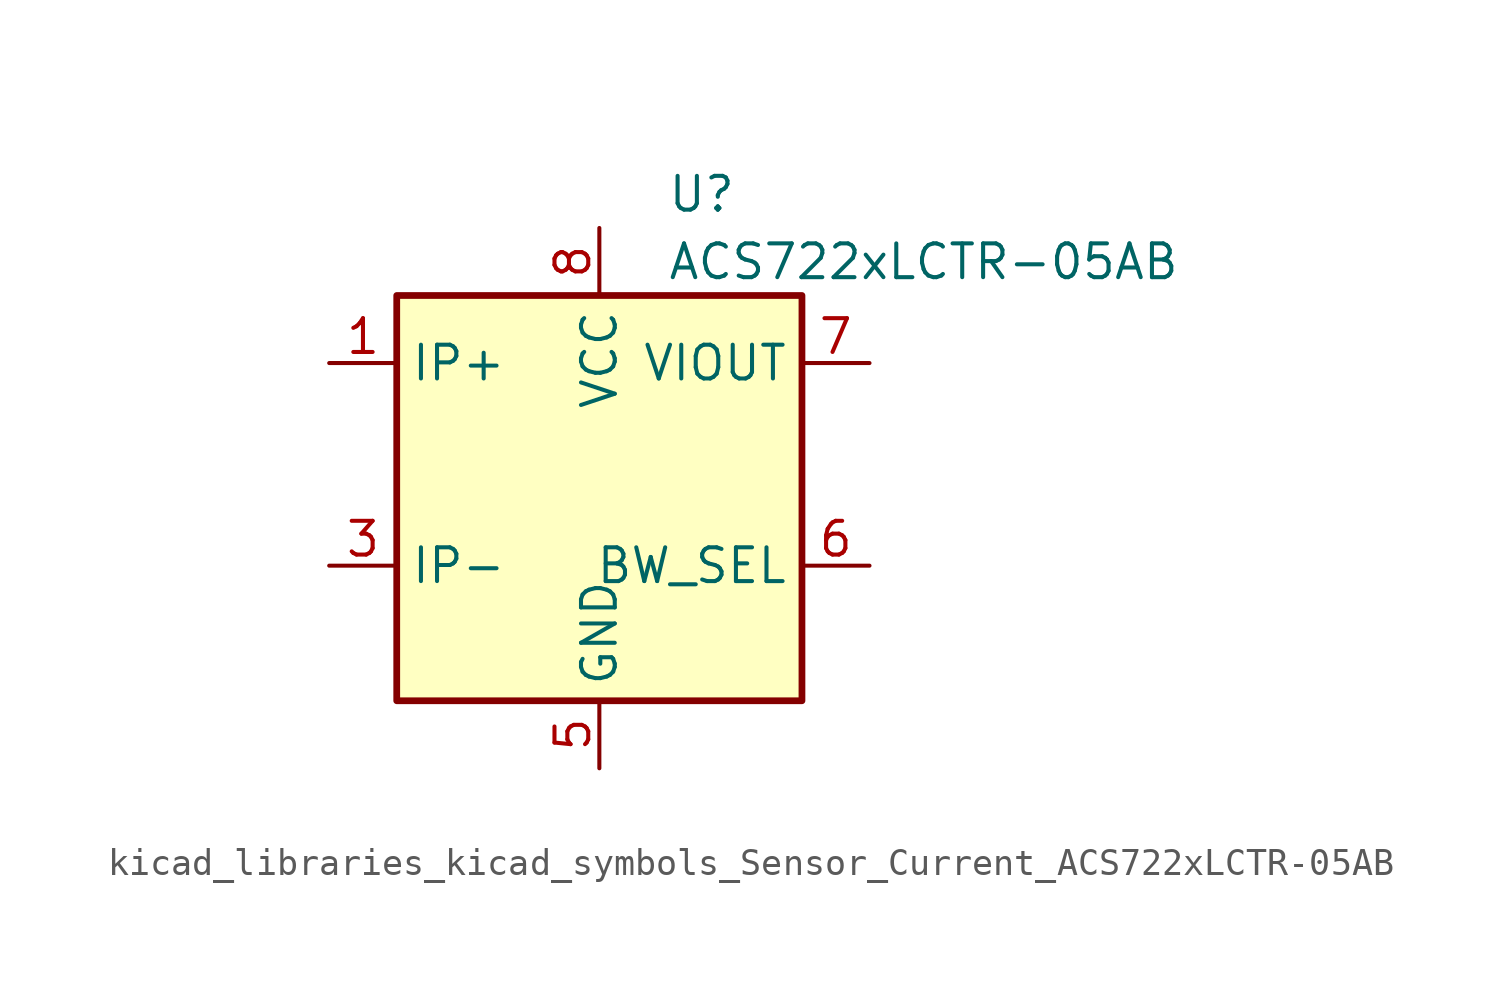
<source format=kicad_sym>
(kicad_symbol_lib
  (version 20220914)
  (generator kicad_symbol_editor)
  (symbol "kicad_libraries_kicad_symbols_Sensor_Current_ACS722xLCTR-05AB"
    (property "Reference" "U"
      (at 2.54 11.43 0)
      (effects (font (size 1.27 1.27)) (justify left)))
    (property "Value" "ACS722xLCTR-05AB"
      (at 2.54 8.89 0)
      (effects (font (size 1.27 1.27)) (justify left)))
    (symbol "kicad_libraries_kicad_symbols_Sensor_Current_ACS722xLCTR-05AB_0_1"
      (rectangle (start -7.62 7.62) (end 7.62 -7.62) (stroke (width 0.254) (type default)) (fill (type background))))
    (symbol "kicad_libraries_kicad_symbols_Sensor_Current_ACS722xLCTR-05AB_1_1"
      (pin passive line (at -10.16 5.08 0) (length 2.54) (name "IP+" (effects (font (size 1.27 1.27)))) (number "1" (effects (font (size 1.27 1.27)))))
      (pin passive line (at -10.16 5.08 0) (length 2.54) hide (name "IP+" (effects (font (size 1.27 1.27)))) (number "2" (effects (font (size 1.27 1.27)))))
      (pin passive line (at -10.16 -2.54 0) (length 2.54) (name "IP-" (effects (font (size 1.27 1.27)))) (number "3" (effects (font (size 1.27 1.27)))))
      (pin passive line (at -10.16 -2.54 0) (length 2.54) hide (name "IP-" (effects (font (size 1.27 1.27)))) (number "4" (effects (font (size 1.27 1.27)))))
      (pin power_in line (at 0 -10.16 90) (length 2.54) (name "GND" (effects (font (size 1.27 1.27)))) (number "5" (effects (font (size 1.27 1.27)))))
      (pin input line (at 10.16 -2.54 180) (length 2.54) (name "BW_SEL" (effects (font (size 1.27 1.27)))) (number "6" (effects (font (size 1.27 1.27)))))
      (pin output line (at 10.16 5.08 180) (length 2.54) (name "VIOUT" (effects (font (size 1.27 1.27)))) (number "7" (effects (font (size 1.27 1.27)))))
      (pin power_in line (at 0 10.16 270) (length 2.54) (name "VCC" (effects (font (size 1.27 1.27)))) (number "8" (effects (font (size 1.27 1.27))))))))
</source>
